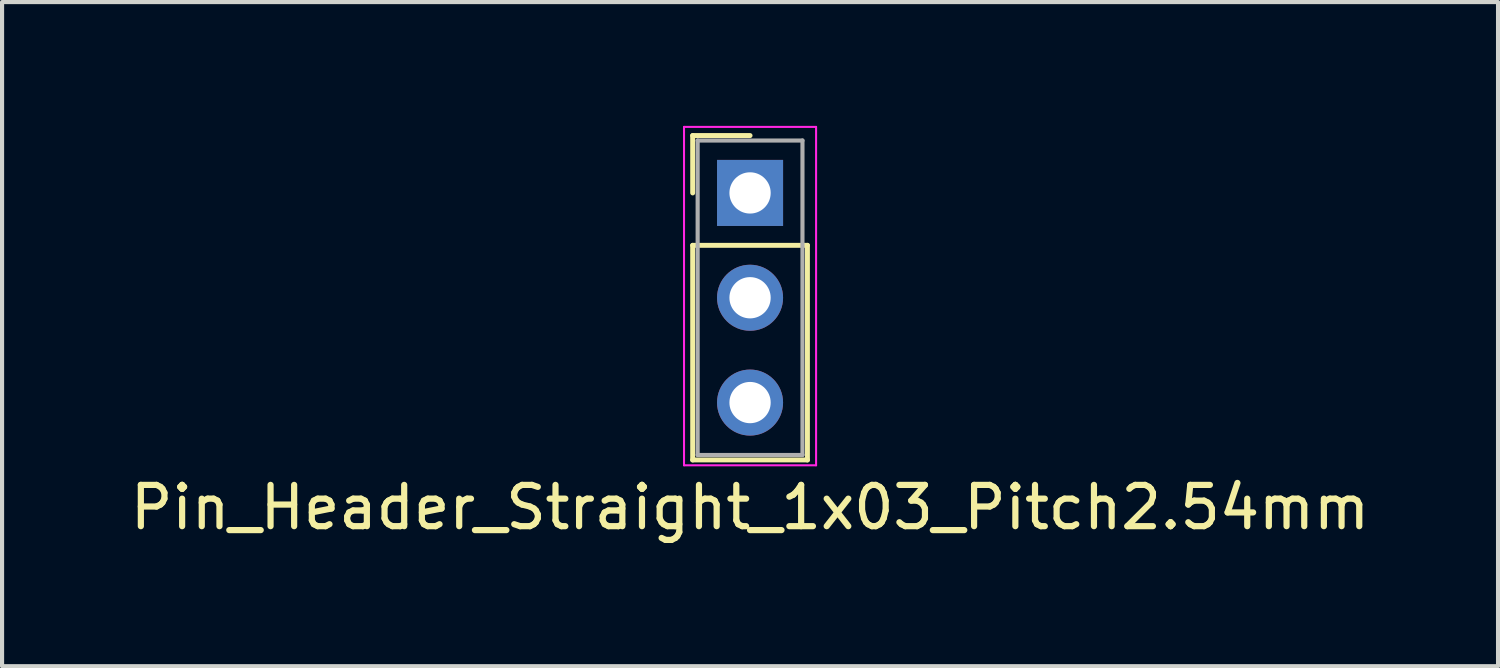
<source format=kicad_pcb>
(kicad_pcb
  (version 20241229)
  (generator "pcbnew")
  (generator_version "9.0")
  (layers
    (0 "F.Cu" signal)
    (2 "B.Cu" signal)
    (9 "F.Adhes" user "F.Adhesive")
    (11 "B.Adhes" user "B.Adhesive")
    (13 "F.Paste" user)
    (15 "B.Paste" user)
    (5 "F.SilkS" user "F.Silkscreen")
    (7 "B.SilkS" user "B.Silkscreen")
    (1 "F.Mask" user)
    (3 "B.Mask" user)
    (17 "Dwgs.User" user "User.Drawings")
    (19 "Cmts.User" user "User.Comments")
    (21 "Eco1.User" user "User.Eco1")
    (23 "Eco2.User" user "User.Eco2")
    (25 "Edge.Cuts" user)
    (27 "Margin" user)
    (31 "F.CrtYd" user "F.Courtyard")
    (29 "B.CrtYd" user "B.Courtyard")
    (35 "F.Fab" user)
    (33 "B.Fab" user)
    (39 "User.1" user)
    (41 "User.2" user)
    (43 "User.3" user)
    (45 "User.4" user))
  (footprint "Pin_Header_Straight_1x03_Pitch2.54mm"
    (layer "F.Cu")
    (at 15.125 1.625)
    (property "Reference" "Pin_Header_Straight_1x03_Pitch2.54mm" (at 0 7.62 180) (layer "F.SilkS") (effects (font (size 1 1) (thickness 0.15))))
    (attr through_hole)
    (fp_line (start -1.39 -1.39) (end 0 -1.39) (stroke (width 0.12) (type solid)) (layer "F.SilkS"))
    (fp_line (start -1.39 0) (end -1.39 -1.39) (stroke (width 0.12) (type solid)) (layer "F.SilkS"))
    (fp_line (start -1.39 1.27) (end -1.39 6.47) (stroke (width 0.12) (type solid)) (layer "F.SilkS"))
    (fp_line (start -1.39 6.47) (end 1.39 6.47) (stroke (width 0.12) (type solid)) (layer "F.SilkS"))
    (fp_line (start 1.39 1.27) (end -1.39 1.27) (stroke (width 0.12) (type solid)) (layer "F.SilkS"))
    (fp_line (start 1.39 6.47) (end 1.39 1.27) (stroke (width 0.12) (type solid)) (layer "F.SilkS"))
    (fp_line (start -1.6 -1.6) (end -1.6 6.6) (stroke (width 0.05) (type solid)) (layer "F.CrtYd"))
    (fp_line (start -1.6 6.6) (end 1.6 6.6) (stroke (width 0.05) (type solid)) (layer "F.CrtYd"))
    (fp_line (start 1.6 -1.6) (end -1.6 -1.6) (stroke (width 0.05) (type solid)) (layer "F.CrtYd"))
    (fp_line (start 1.6 6.6) (end 1.6 -1.6) (stroke (width 0.05) (type solid)) (layer "F.CrtYd"))
    (fp_line (start -1.27 -1.27) (end -1.27 6.35) (stroke (width 0.1) (type solid)) (layer "F.Fab"))
    (fp_line (start -1.27 6.35) (end 1.27 6.35) (stroke (width 0.1) (type solid)) (layer "F.Fab"))
    (fp_line (start 1.27 -1.27) (end -1.27 -1.27) (stroke (width 0.1) (type solid)) (layer "F.Fab"))
    (fp_line (start 1.27 6.35) (end 1.27 -1.27) (stroke (width 0.1) (type solid)) (layer "F.Fab"))
    (pad "1" thru_hole rect (at 0 0) (size 1.6 1.6) (drill 1) (layers "*.Cu" "*.Mask"))
    (pad "2" thru_hole circle (at 0 2.54) (size 1.6 1.6) (drill 1) (layers "*.Cu" "*.Mask"))
    (pad "3" thru_hole circle (at 0 5.08) (size 1.6 1.6) (drill 1) (layers "*.Cu" "*.Mask")))
  (gr_rect
    (start -3 -3)
    (end 33.25 13.093)
    (stroke (width 0.1) (type default))
    (fill no)
    (layer "Edge.Cuts")))
</source>
